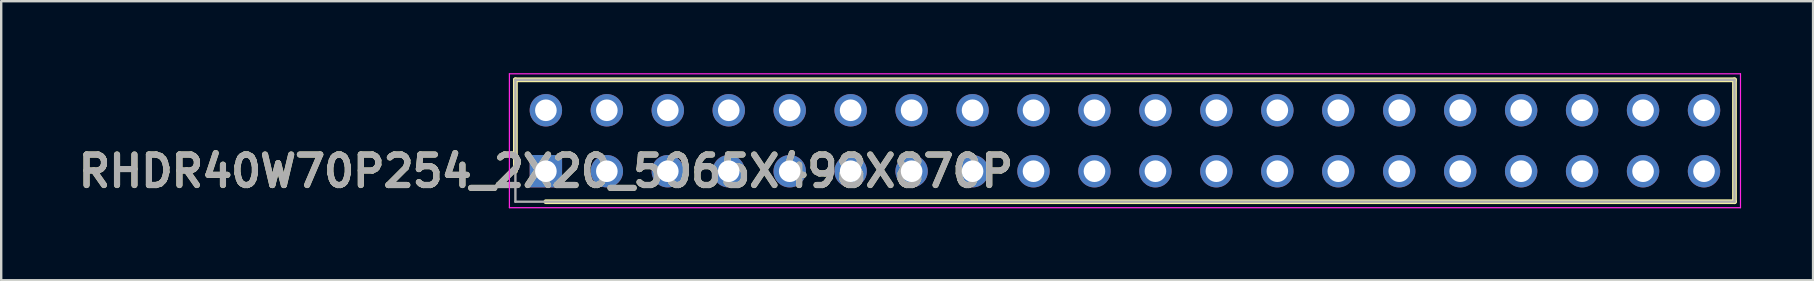
<source format=kicad_pcb>
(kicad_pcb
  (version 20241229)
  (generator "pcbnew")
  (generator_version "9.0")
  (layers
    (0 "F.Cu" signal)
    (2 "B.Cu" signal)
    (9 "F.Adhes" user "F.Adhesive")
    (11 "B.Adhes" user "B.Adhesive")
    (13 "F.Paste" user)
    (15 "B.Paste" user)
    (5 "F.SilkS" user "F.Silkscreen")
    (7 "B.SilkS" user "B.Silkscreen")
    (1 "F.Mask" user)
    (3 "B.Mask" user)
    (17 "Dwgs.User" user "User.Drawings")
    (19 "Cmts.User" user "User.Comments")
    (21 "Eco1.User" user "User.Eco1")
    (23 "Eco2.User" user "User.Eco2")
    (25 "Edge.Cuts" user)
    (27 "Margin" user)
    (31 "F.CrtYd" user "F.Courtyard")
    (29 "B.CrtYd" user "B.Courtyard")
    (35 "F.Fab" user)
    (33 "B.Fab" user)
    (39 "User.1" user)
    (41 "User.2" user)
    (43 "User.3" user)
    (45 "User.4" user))
  (footprint "RHDR40W70P254_2X20_5065X498X870P"
    (layer "F.Cu")
    (at 19.697 4.085)
    (property "Reference" "RHDR40W70P254_2X20_5065X498X870P" (at 0 0 0) (layer "F.SilkS") (effects (font (size 1.27 1.27) (thickness 0.254))))
    (attr through_hole)
    (fp_line (start -1.27 -3.81) (end -1.27 0) (stroke (width 0.2) (type solid)) (layer "F.SilkS"))
    (fp_line (start 0 1.27) (end 49.53 1.27) (stroke (width 0.2) (type solid)) (layer "F.SilkS"))
    (fp_line (start 49.53 -3.81) (end -1.27 -3.81) (stroke (width 0.2) (type solid)) (layer "F.SilkS"))
    (fp_line (start 49.53 1.27) (end 49.53 -3.81) (stroke (width 0.2) (type solid)) (layer "F.SilkS"))
    (fp_line (start -1.52 -4.06) (end 49.78 -4.06) (stroke (width 0.05) (type solid)) (layer "F.CrtYd"))
    (fp_line (start -1.52 1.52) (end -1.52 -4.06) (stroke (width 0.05) (type solid)) (layer "F.CrtYd"))
    (fp_line (start 49.78 -4.06) (end 49.78 1.52) (stroke (width 0.05) (type solid)) (layer "F.CrtYd"))
    (fp_line (start 49.78 1.52) (end -1.52 1.52) (stroke (width 0.05) (type solid)) (layer "F.CrtYd"))
    (fp_line (start -1.27 -3.81) (end 49.53 -3.81) (stroke (width 0.1) (type solid)) (layer "F.Fab"))
    (fp_line (start -1.27 1.27) (end -1.27 -3.81) (stroke (width 0.1) (type solid)) (layer "F.Fab"))
    (fp_line (start 49.53 -3.81) (end 49.53 1.27) (stroke (width 0.1) (type solid)) (layer "F.Fab"))
    (fp_line (start 49.53 1.27) (end -1.27 1.27) (stroke (width 0.1) (type solid)) (layer "F.Fab"))
    (fp_text user "${REFERENCE}" (at 0 0 0) (layer "F.Fab") (effects (font (size 1.27 1.27) (thickness 0.254))))
    (pad "1" thru_hole rect (at 0 0) (size 1.35 1.35) (drill 0.9) (layers "*.Cu" "*.Mask"))
    (pad "2" thru_hole circle (at 0 -2.54) (size 1.35 1.35) (drill 0.9) (layers "*.Cu" "*.Mask"))
    (pad "3" thru_hole circle (at 2.54 0) (size 1.35 1.35) (drill 0.9) (layers "*.Cu" "*.Mask"))
    (pad "4" thru_hole circle (at 2.54 -2.54) (size 1.35 1.35) (drill 0.9) (layers "*.Cu" "*.Mask"))
    (pad "5" thru_hole circle (at 5.08 0) (size 1.35 1.35) (drill 0.9) (layers "*.Cu" "*.Mask"))
    (pad "6" thru_hole circle (at 5.08 -2.54) (size 1.35 1.35) (drill 0.9) (layers "*.Cu" "*.Mask"))
    (pad "7" thru_hole circle (at 7.62 0) (size 1.35 1.35) (drill 0.9) (layers "*.Cu" "*.Mask"))
    (pad "8" thru_hole circle (at 7.62 -2.54) (size 1.35 1.35) (drill 0.9) (layers "*.Cu" "*.Mask"))
    (pad "9" thru_hole circle (at 10.16 0) (size 1.35 1.35) (drill 0.9) (layers "*.Cu" "*.Mask"))
    (pad "10" thru_hole circle (at 10.16 -2.54) (size 1.35 1.35) (drill 0.9) (layers "*.Cu" "*.Mask"))
    (pad "11" thru_hole circle (at 12.7 0) (size 1.35 1.35) (drill 0.9) (layers "*.Cu" "*.Mask"))
    (pad "12" thru_hole circle (at 12.7 -2.54) (size 1.35 1.35) (drill 0.9) (layers "*.Cu" "*.Mask"))
    (pad "13" thru_hole circle (at 15.24 0) (size 1.35 1.35) (drill 0.9) (layers "*.Cu" "*.Mask"))
    (pad "14" thru_hole circle (at 15.24 -2.54) (size 1.35 1.35) (drill 0.9) (layers "*.Cu" "*.Mask"))
    (pad "15" thru_hole circle (at 17.78 0) (size 1.35 1.35) (drill 0.9) (layers "*.Cu" "*.Mask"))
    (pad "16" thru_hole circle (at 17.78 -2.54) (size 1.35 1.35) (drill 0.9) (layers "*.Cu" "*.Mask"))
    (pad "17" thru_hole circle (at 20.32 0) (size 1.35 1.35) (drill 0.9) (layers "*.Cu" "*.Mask"))
    (pad "18" thru_hole circle (at 20.32 -2.54) (size 1.35 1.35) (drill 0.9) (layers "*.Cu" "*.Mask"))
    (pad "19" thru_hole circle (at 22.86 0) (size 1.35 1.35) (drill 0.9) (layers "*.Cu" "*.Mask"))
    (pad "20" thru_hole circle (at 22.86 -2.54) (size 1.35 1.35) (drill 0.9) (layers "*.Cu" "*.Mask"))
    (pad "21" thru_hole circle (at 25.4 0) (size 1.35 1.35) (drill 0.9) (layers "*.Cu" "*.Mask"))
    (pad "22" thru_hole circle (at 25.4 -2.54) (size 1.35 1.35) (drill 0.9) (layers "*.Cu" "*.Mask"))
    (pad "23" thru_hole circle (at 27.94 0) (size 1.35 1.35) (drill 0.9) (layers "*.Cu" "*.Mask"))
    (pad "24" thru_hole circle (at 27.94 -2.54) (size 1.35 1.35) (drill 0.9) (layers "*.Cu" "*.Mask"))
    (pad "25" thru_hole circle (at 30.48 0) (size 1.35 1.35) (drill 0.9) (layers "*.Cu" "*.Mask"))
    (pad "26" thru_hole circle (at 30.48 -2.54) (size 1.35 1.35) (drill 0.9) (layers "*.Cu" "*.Mask"))
    (pad "27" thru_hole circle (at 33.02 0) (size 1.35 1.35) (drill 0.9) (layers "*.Cu" "*.Mask"))
    (pad "28" thru_hole circle (at 33.02 -2.54) (size 1.35 1.35) (drill 0.9) (layers "*.Cu" "*.Mask"))
    (pad "29" thru_hole circle (at 35.56 0) (size 1.35 1.35) (drill 0.9) (layers "*.Cu" "*.Mask"))
    (pad "30" thru_hole circle (at 35.56 -2.54) (size 1.35 1.35) (drill 0.9) (layers "*.Cu" "*.Mask"))
    (pad "31" thru_hole circle (at 38.1 0) (size 1.35 1.35) (drill 0.9) (layers "*.Cu" "*.Mask"))
    (pad "32" thru_hole circle (at 38.1 -2.54) (size 1.35 1.35) (drill 0.9) (layers "*.Cu" "*.Mask"))
    (pad "33" thru_hole circle (at 40.64 0) (size 1.35 1.35) (drill 0.9) (layers "*.Cu" "*.Mask"))
    (pad "34" thru_hole circle (at 40.64 -2.54) (size 1.35 1.35) (drill 0.9) (layers "*.Cu" "*.Mask"))
    (pad "35" thru_hole circle (at 43.18 0) (size 1.35 1.35) (drill 0.9) (layers "*.Cu" "*.Mask"))
    (pad "36" thru_hole circle (at 43.18 -2.54) (size 1.35 1.35) (drill 0.9) (layers "*.Cu" "*.Mask"))
    (pad "37" thru_hole circle (at 45.72 0) (size 1.35 1.35) (drill 0.9) (layers "*.Cu" "*.Mask"))
    (pad "38" thru_hole circle (at 45.72 -2.54) (size 1.35 1.35) (drill 0.9) (layers "*.Cu" "*.Mask"))
    (pad "39" thru_hole circle (at 48.26 0) (size 1.35 1.35) (drill 0.9) (layers "*.Cu" "*.Mask"))
    (pad "40" thru_hole circle (at 48.26 -2.54) (size 1.35 1.35) (drill 0.9) (layers "*.Cu" "*.Mask")))
  (gr_rect
    (start -3 -3)
    (end 72.502 8.63)
    (stroke (width 0.1) (type default))
    (fill no)
    (layer "Edge.Cuts")))
</source>
